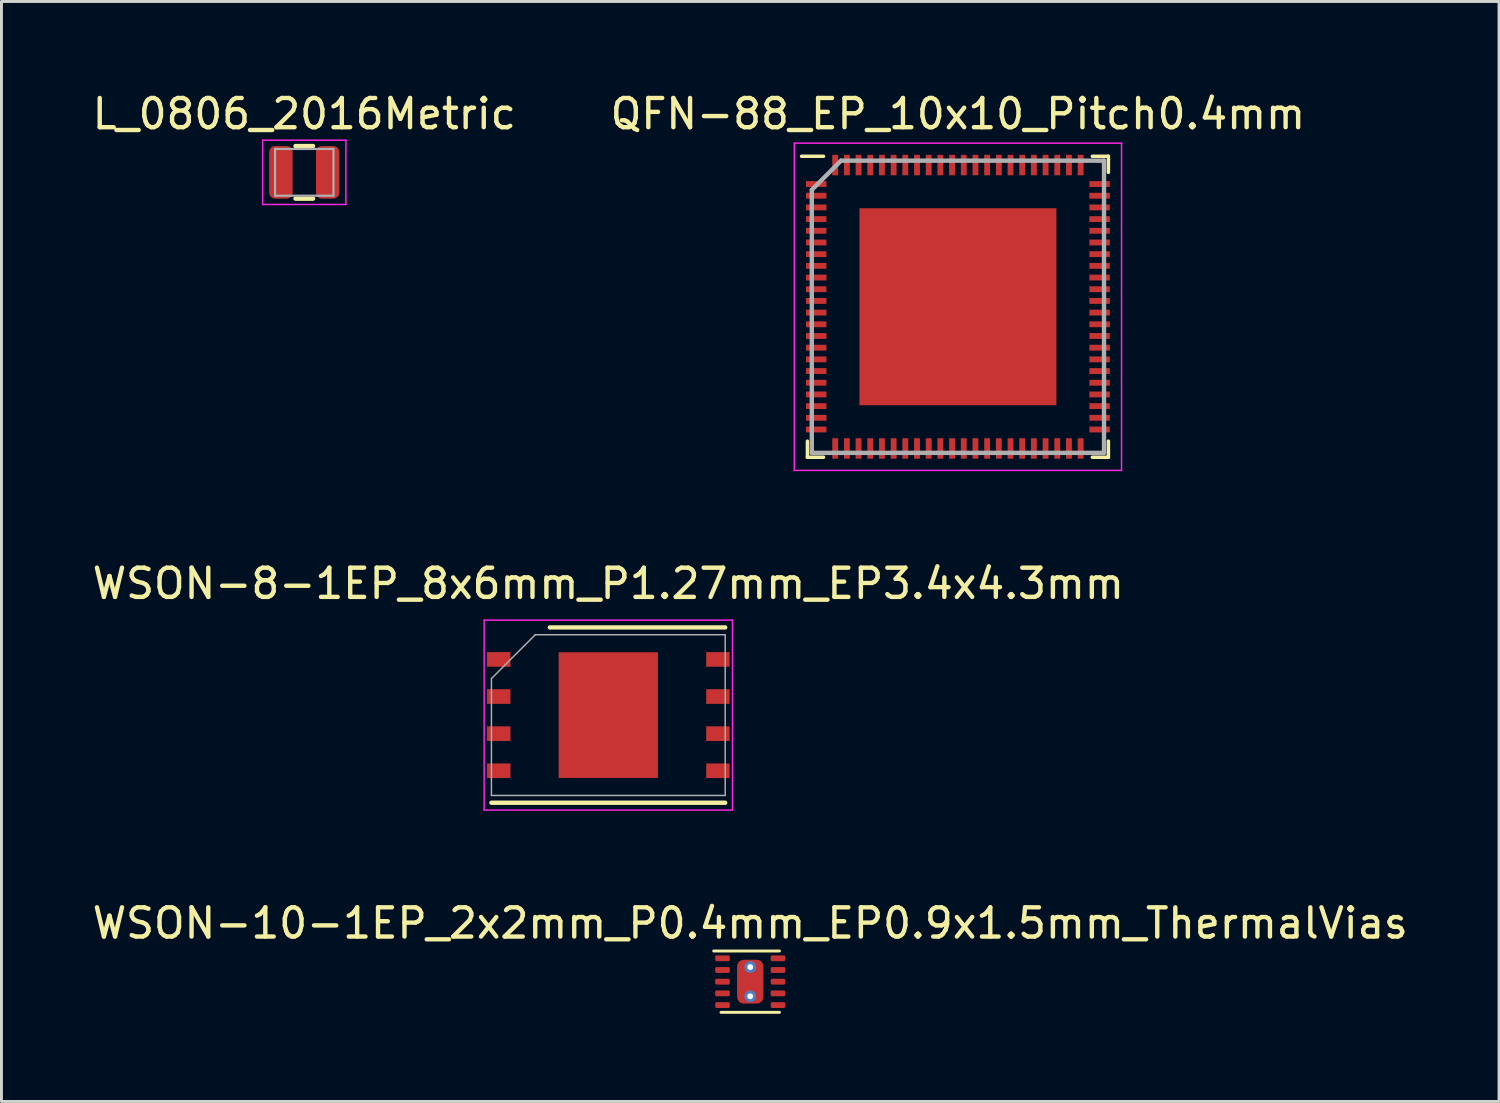
<source format=kicad_pcb>
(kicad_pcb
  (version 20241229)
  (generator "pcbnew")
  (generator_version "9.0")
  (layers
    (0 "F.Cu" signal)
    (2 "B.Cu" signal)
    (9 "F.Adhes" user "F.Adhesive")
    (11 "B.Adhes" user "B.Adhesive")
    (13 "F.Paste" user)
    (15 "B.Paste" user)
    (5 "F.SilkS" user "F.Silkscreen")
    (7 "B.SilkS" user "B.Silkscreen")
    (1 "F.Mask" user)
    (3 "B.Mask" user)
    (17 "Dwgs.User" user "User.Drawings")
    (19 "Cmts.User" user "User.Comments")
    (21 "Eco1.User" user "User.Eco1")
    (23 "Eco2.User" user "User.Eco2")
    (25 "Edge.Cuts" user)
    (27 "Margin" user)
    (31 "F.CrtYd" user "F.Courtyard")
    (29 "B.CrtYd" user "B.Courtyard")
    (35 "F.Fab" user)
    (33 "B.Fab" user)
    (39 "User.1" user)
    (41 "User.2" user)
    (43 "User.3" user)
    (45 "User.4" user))
  (footprint "QFN-88_EP_10x10_Pitch0.4mm"
    (layer "F.Cu")
    (at 29.732 7.448)
    (property "Reference" "QFN-88_EP_10x10_Pitch0.4mm" (at 0 -6.6 0) (layer "F.SilkS") (effects (font (size 1 1) (thickness 0.15))))
    (attr smd)
    (fp_line (start -5.15 5.15) (end -5.15 4.6) (stroke (width 0.12) (type solid)) (layer "F.SilkS"))
    (fp_line (start -4.6 -5.15) (end -5.35 -5.15) (stroke (width 0.12) (type solid)) (layer "F.SilkS"))
    (fp_line (start -4.6 5.15) (end -5.15 5.15) (stroke (width 0.12) (type solid)) (layer "F.SilkS"))
    (fp_line (start 4.6 -5.15) (end 5.15 -5.15) (stroke (width 0.12) (type solid)) (layer "F.SilkS"))
    (fp_line (start 4.6 5.15) (end 5.15 5.15) (stroke (width 0.12) (type solid)) (layer "F.SilkS"))
    (fp_line (start 5.15 -5.15) (end 5.15 -4.6) (stroke (width 0.12) (type solid)) (layer "F.SilkS"))
    (fp_line (start 5.15 5.15) (end 5.15 4.6) (stroke (width 0.12) (type solid)) (layer "F.SilkS"))
    (fp_line (start -5.6 -5.6) (end 5.6 -5.6) (stroke (width 0.05) (type solid)) (layer "F.CrtYd"))
    (fp_line (start -5.6 5.6) (end -5.6 -5.6) (stroke (width 0.05) (type solid)) (layer "F.CrtYd"))
    (fp_line (start 5.6 -5.6) (end 5.6 5.6) (stroke (width 0.05) (type solid)) (layer "F.CrtYd"))
    (fp_line (start 5.6 5.6) (end -5.6 5.6) (stroke (width 0.05) (type solid)) (layer "F.CrtYd"))
    (fp_line (start -5 -4) (end -5 5) (stroke (width 0.15) (type solid)) (layer "F.Fab"))
    (fp_line (start -5 5) (end 5 5) (stroke (width 0.15) (type solid)) (layer "F.Fab"))
    (fp_line (start -4 -5) (end -5 -4) (stroke (width 0.15) (type solid)) (layer "F.Fab"))
    (fp_line (start 5 -5) (end -4 -5) (stroke (width 0.15) (type solid)) (layer "F.Fab"))
    (fp_line (start 5 5) (end 5 -5) (stroke (width 0.15) (type solid)) (layer "F.Fab"))
    (pad "1" smd rect (at -4.85 -4.2 90) (size 0.2 0.7) (layers "F.Cu" "F.Mask" "F.Paste"))
    (pad "2" smd rect (at -4.85 -3.8 90) (size 0.2 0.7) (layers "F.Cu" "F.Mask" "F.Paste"))
    (pad "3" smd rect (at -4.85 -3.4 90) (size 0.2 0.7) (layers "F.Cu" "F.Mask" "F.Paste"))
    (pad "4" smd rect (at -4.85 -3 90) (size 0.2 0.7) (layers "F.Cu" "F.Mask" "F.Paste"))
    (pad "5" smd rect (at -4.85 -2.6 90) (size 0.2 0.7) (layers "F.Cu" "F.Mask" "F.Paste"))
    (pad "6" smd rect (at -4.85 -2.2 90) (size 0.2 0.7) (layers "F.Cu" "F.Mask" "F.Paste"))
    (pad "7" smd rect (at -4.85 -1.8 90) (size 0.2 0.7) (layers "F.Cu" "F.Mask" "F.Paste"))
    (pad "8" smd rect (at -4.85 -1.4 90) (size 0.2 0.7) (layers "F.Cu" "F.Mask" "F.Paste"))
    (pad "9" smd rect (at -4.85 -1 90) (size 0.2 0.7) (layers "F.Cu" "F.Mask" "F.Paste"))
    (pad "10" smd rect (at -4.85 -0.6 90) (size 0.2 0.7) (layers "F.Cu" "F.Mask" "F.Paste"))
    (pad "11" smd rect (at -4.85 -0.2 90) (size 0.2 0.7) (layers "F.Cu" "F.Mask" "F.Paste"))
    (pad "12" smd rect (at -4.85 0.2 90) (size 0.2 0.7) (layers "F.Cu" "F.Mask" "F.Paste"))
    (pad "13" smd rect (at -4.85 0.6 90) (size 0.2 0.7) (layers "F.Cu" "F.Mask" "F.Paste"))
    (pad "14" smd rect (at -4.85 1 90) (size 0.2 0.7) (layers "F.Cu" "F.Mask" "F.Paste"))
    (pad "15" smd rect (at -4.85 1.4 90) (size 0.2 0.7) (layers "F.Cu" "F.Mask" "F.Paste"))
    (pad "16" smd rect (at -4.85 1.8 90) (size 0.2 0.7) (layers "F.Cu" "F.Mask" "F.Paste"))
    (pad "17" smd rect (at -4.85 2.2 90) (size 0.2 0.7) (layers "F.Cu" "F.Mask" "F.Paste"))
    (pad "18" smd rect (at -4.85 2.6 90) (size 0.2 0.7) (layers "F.Cu" "F.Mask" "F.Paste"))
    (pad "19" smd rect (at -4.85 3 90) (size 0.2 0.7) (layers "F.Cu" "F.Mask" "F.Paste"))
    (pad "20" smd rect (at -4.85 3.4 90) (size 0.2 0.7) (layers "F.Cu" "F.Mask" "F.Paste"))
    (pad "21" smd rect (at -4.85 3.8 90) (size 0.2 0.7) (layers "F.Cu" "F.Mask" "F.Paste"))
    (pad "22" smd rect (at -4.85 4.2 90) (size 0.2 0.7) (layers "F.Cu" "F.Mask" "F.Paste"))
    (pad "23" smd rect (at -4.2 4.85) (size 0.2 0.7) (layers "F.Cu" "F.Mask" "F.Paste"))
    (pad "24" smd rect (at -3.8 4.85) (size 0.2 0.7) (layers "F.Cu" "F.Mask" "F.Paste"))
    (pad "25" smd rect (at -3.4 4.85) (size 0.2 0.7) (layers "F.Cu" "F.Mask" "F.Paste"))
    (pad "26" smd rect (at -3 4.85) (size 0.2 0.7) (layers "F.Cu" "F.Mask" "F.Paste"))
    (pad "27" smd rect (at -2.6 4.85) (size 0.2 0.7) (layers "F.Cu" "F.Mask" "F.Paste"))
    (pad "28" smd rect (at -2.2 4.85) (size 0.2 0.7) (layers "F.Cu" "F.Mask" "F.Paste"))
    (pad "29" smd rect (at -1.8 4.85) (size 0.2 0.7) (layers "F.Cu" "F.Mask" "F.Paste"))
    (pad "30" smd rect (at -1.4 4.85) (size 0.2 0.7) (layers "F.Cu" "F.Mask" "F.Paste"))
    (pad "31" smd rect (at -1 4.85) (size 0.2 0.7) (layers "F.Cu" "F.Mask" "F.Paste"))
    (pad "32" smd rect (at -0.6 4.85) (size 0.2 0.7) (layers "F.Cu" "F.Mask" "F.Paste"))
    (pad "33" smd rect (at -0.2 4.85) (size 0.2 0.7) (layers "F.Cu" "F.Mask" "F.Paste"))
    (pad "34" smd rect (at 0.2 4.85) (size 0.2 0.7) (layers "F.Cu" "F.Mask" "F.Paste"))
    (pad "35" smd rect (at 0.6 4.85) (size 0.2 0.7) (layers "F.Cu" "F.Mask" "F.Paste"))
    (pad "36" smd rect (at 1 4.85) (size 0.2 0.7) (layers "F.Cu" "F.Mask" "F.Paste"))
    (pad "37" smd rect (at 1.4 4.85) (size 0.2 0.7) (layers "F.Cu" "F.Mask" "F.Paste"))
    (pad "38" smd rect (at 1.8 4.85) (size 0.2 0.7) (layers "F.Cu" "F.Mask" "F.Paste"))
    (pad "39" smd rect (at 2.2 4.85) (size 0.2 0.7) (layers "F.Cu" "F.Mask" "F.Paste"))
    (pad "40" smd rect (at 2.6 4.85) (size 0.2 0.7) (layers "F.Cu" "F.Mask" "F.Paste"))
    (pad "41" smd rect (at 3 4.85) (size 0.2 0.7) (layers "F.Cu" "F.Mask" "F.Paste"))
    (pad "42" smd rect (at 3.4 4.85) (size 0.2 0.7) (layers "F.Cu" "F.Mask" "F.Paste"))
    (pad "43" smd rect (at 3.8 4.85) (size 0.2 0.7) (layers "F.Cu" "F.Mask" "F.Paste"))
    (pad "44" smd rect (at 4.2 4.85) (size 0.2 0.7) (layers "F.Cu" "F.Mask" "F.Paste"))
    (pad "45" smd rect (at 4.85 4.2 90) (size 0.2 0.7) (layers "F.Cu" "F.Mask" "F.Paste"))
    (pad "46" smd rect (at 4.85 3.8 90) (size 0.2 0.7) (layers "F.Cu" "F.Mask" "F.Paste"))
    (pad "47" smd rect (at 4.85 3.4 90) (size 0.2 0.7) (layers "F.Cu" "F.Mask" "F.Paste"))
    (pad "48" smd rect (at 4.85 3 90) (size 0.2 0.7) (layers "F.Cu" "F.Mask" "F.Paste"))
    (pad "49" smd rect (at 4.85 2.6 90) (size 0.2 0.7) (layers "F.Cu" "F.Mask" "F.Paste"))
    (pad "50" smd rect (at 4.85 2.2 90) (size 0.2 0.7) (layers "F.Cu" "F.Mask" "F.Paste"))
    (pad "51" smd rect (at 4.85 1.8 90) (size 0.2 0.7) (layers "F.Cu" "F.Mask" "F.Paste"))
    (pad "52" smd rect (at 4.85 1.4 90) (size 0.2 0.7) (layers "F.Cu" "F.Mask" "F.Paste"))
    (pad "53" smd rect (at 4.85 1 90) (size 0.2 0.7) (layers "F.Cu" "F.Mask" "F.Paste"))
    (pad "54" smd rect (at 4.85 0.6 90) (size 0.2 0.7) (layers "F.Cu" "F.Mask" "F.Paste"))
    (pad "55" smd rect (at 4.85 0.2 90) (size 0.2 0.7) (layers "F.Cu" "F.Mask" "F.Paste"))
    (pad "56" smd rect (at 4.85 -0.2 90) (size 0.2 0.7) (layers "F.Cu" "F.Mask" "F.Paste"))
    (pad "57" smd rect (at 4.85 -0.6 90) (size 0.2 0.7) (layers "F.Cu" "F.Mask" "F.Paste"))
    (pad "58" smd rect (at 4.85 -1 90) (size 0.2 0.7) (layers "F.Cu" "F.Mask" "F.Paste"))
    (pad "59" smd rect (at 4.85 -1.4 90) (size 0.2 0.7) (layers "F.Cu" "F.Mask" "F.Paste"))
    (pad "60" smd rect (at 4.85 -1.8 90) (size 0.2 0.7) (layers "F.Cu" "F.Mask" "F.Paste"))
    (pad "61" smd rect (at 4.85 -2.2 90) (size 0.2 0.7) (layers "F.Cu" "F.Mask" "F.Paste"))
    (pad "62" smd rect (at 4.85 -2.6 90) (size 0.2 0.7) (layers "F.Cu" "F.Mask" "F.Paste"))
    (pad "63" smd rect (at 4.85 -3 90) (size 0.2 0.7) (layers "F.Cu" "F.Mask" "F.Paste"))
    (pad "64" smd rect (at 4.85 -3.4 90) (size 0.2 0.7) (layers "F.Cu" "F.Mask" "F.Paste"))
    (pad "65" smd rect (at 4.85 -3.8 90) (size 0.2 0.7) (layers "F.Cu" "F.Mask" "F.Paste"))
    (pad "66" smd rect (at 4.85 -4.2 90) (size 0.2 0.7) (layers "F.Cu" "F.Mask" "F.Paste"))
    (pad "67" smd rect (at 4.2 -4.85) (size 0.2 0.7) (layers "F.Cu" "F.Mask" "F.Paste"))
    (pad "68" smd rect (at 3.8 -4.85) (size 0.2 0.7) (layers "F.Cu" "F.Mask" "F.Paste"))
    (pad "69" smd rect (at 3.4 -4.85) (size 0.2 0.7) (layers "F.Cu" "F.Mask" "F.Paste"))
    (pad "70" smd rect (at 3 -4.85) (size 0.2 0.7) (layers "F.Cu" "F.Mask" "F.Paste"))
    (pad "71" smd rect (at 2.6 -4.85) (size 0.2 0.7) (layers "F.Cu" "F.Mask" "F.Paste"))
    (pad "72" smd rect (at 2.2 -4.85) (size 0.2 0.7) (layers "F.Cu" "F.Mask" "F.Paste"))
    (pad "73" smd rect (at 1.8 -4.85) (size 0.2 0.7) (layers "F.Cu" "F.Mask" "F.Paste"))
    (pad "74" smd rect (at 1.4 -4.85) (size 0.2 0.7) (layers "F.Cu" "F.Mask" "F.Paste"))
    (pad "75" smd rect (at 1 -4.85) (size 0.2 0.7) (layers "F.Cu" "F.Mask" "F.Paste"))
    (pad "76" smd rect (at 0.6 -4.85) (size 0.2 0.7) (layers "F.Cu" "F.Mask" "F.Paste"))
    (pad "77" smd rect (at 0.2 -4.85) (size 0.2 0.7) (layers "F.Cu" "F.Mask" "F.Paste"))
    (pad "78" smd rect (at -0.2 -4.85) (size 0.2 0.7) (layers "F.Cu" "F.Mask" "F.Paste"))
    (pad "79" smd rect (at -0.6 -4.85) (size 0.2 0.7) (layers "F.Cu" "F.Mask" "F.Paste"))
    (pad "80" smd rect (at -1 -4.85) (size 0.2 0.7) (layers "F.Cu" "F.Mask" "F.Paste"))
    (pad "81" smd rect (at -1.4 -4.85) (size 0.2 0.7) (layers "F.Cu" "F.Mask" "F.Paste"))
    (pad "82" smd rect (at -1.8 -4.85) (size 0.2 0.7) (layers "F.Cu" "F.Mask" "F.Paste"))
    (pad "83" smd rect (at -2.2 -4.85) (size 0.2 0.7) (layers "F.Cu" "F.Mask" "F.Paste"))
    (pad "84" smd rect (at -2.6 -4.85) (size 0.2 0.7) (layers "F.Cu" "F.Mask" "F.Paste"))
    (pad "85" smd rect (at -3 -4.85) (size 0.2 0.7) (layers "F.Cu" "F.Mask" "F.Paste"))
    (pad "86" smd rect (at -3.4 -4.85) (size 0.2 0.7) (layers "F.Cu" "F.Mask" "F.Paste"))
    (pad "87" smd rect (at -3.8 -4.85) (size 0.2 0.7) (layers "F.Cu" "F.Mask" "F.Paste"))
    (pad "88" smd rect (at -4.2 -4.85) (size 0.2 0.7) (layers "F.Cu" "F.Mask" "F.Paste"))
    (pad "89" smd rect (at 0 0) (size 6.74 6.74) (layers "F.Cu" "F.Mask" "F.Paste")))
  (footprint "WSON-8-1EP_8x6mm_P1.27mm_EP3.4x4.3mm"
    (layer "F.Cu")
    (at 17.768 21.422)
    (property "Reference" "WSON-8-1EP_8x6mm_P1.27mm_EP3.4x4.3mm" (at 0 -4.5 0) (layer "F.SilkS") (effects (font (size 1 1) (thickness 0.15))))
    (attr through_hole)
    (fp_line (start -2 -3) (end 4 -3) (stroke (width 0.15) (type solid)) (layer "F.SilkS"))
    (fp_line (start 4 3) (end -4 3) (stroke (width 0.15) (type solid)) (layer "F.SilkS"))
    (fp_line (start -4.25 -3.25) (end 4.25 -3.25) (stroke (width 0.05) (type solid)) (layer "F.CrtYd"))
    (fp_line (start -4.25 3.25) (end -4.25 -3.25) (stroke (width 0.05) (type solid)) (layer "F.CrtYd"))
    (fp_line (start 4.25 -3.25) (end 4.25 3.25) (stroke (width 0.05) (type solid)) (layer "F.CrtYd"))
    (fp_line (start 4.25 3.25) (end -4.25 3.25) (stroke (width 0.05) (type solid)) (layer "F.CrtYd"))
    (fp_line (start -4 -1.25) (end -4 2.75) (stroke (width 0.05) (type solid)) (layer "F.Fab"))
    (fp_line (start -4 2.75) (end 4 2.75) (stroke (width 0.05) (type solid)) (layer "F.Fab"))
    (fp_line (start -2.5 -2.75) (end -4 -1.25) (stroke (width 0.05) (type solid)) (layer "F.Fab"))
    (fp_line (start 4 -2.75) (end -2.5 -2.75) (stroke (width 0.05) (type solid)) (layer "F.Fab"))
    (fp_line (start 4 2.75) (end 4 -2.75) (stroke (width 0.05) (type solid)) (layer "F.Fab"))
    (pad "1" smd rect (at -3.75 -1.905) (size 0.8 0.5) (layers "F.Cu" "F.Mask" "F.Paste"))
    (pad "2" smd rect (at -3.75 -0.635) (size 0.8 0.5) (layers "F.Cu" "F.Mask" "F.Paste"))
    (pad "3" smd rect (at -3.75 0.635) (size 0.8 0.5) (layers "F.Cu" "F.Mask" "F.Paste"))
    (pad "4" smd rect (at -3.75 1.905) (size 0.8 0.5) (layers "F.Cu" "F.Mask" "F.Paste"))
    (pad "5" smd rect (at 3.75 1.905) (size 0.8 0.5) (layers "F.Cu" "F.Mask" "F.Paste"))
    (pad "6" smd rect (at 3.75 0.635) (size 0.8 0.5) (layers "F.Cu" "F.Mask" "F.Paste"))
    (pad "7" smd rect (at 3.75 -0.635) (size 0.8 0.5) (layers "F.Cu" "F.Mask" "F.Paste"))
    (pad "8" smd rect (at 3.75 -1.905) (size 0.8 0.5) (layers "F.Cu" "F.Mask" "F.Paste"))
    (pad "9" smd rect (at 0 0) (size 3.4 4.3) (layers "F.Cu" "F.Mask" "F.Paste")))
  (footprint "L_0806_2016Metric"
    (layer "F.Cu")
    (at 7.363 2.848)
    (property "Reference" "L_0806_2016Metric" (at 0 -2 0) (layer "F.SilkS") (effects (font (size 1 1) (thickness 0.15))))
    (attr through_hole)
    (fp_line (start -0.3 -0.9) (end 0.3 -0.9) (stroke (width 0.15) (type solid)) (layer "F.SilkS"))
    (fp_line (start 0.3 0.9) (end -0.3 0.9) (stroke (width 0.15) (type solid)) (layer "F.SilkS"))
    (fp_line (start -1.425 -1.1) (end 1.425 -1.1) (stroke (width 0.05) (type solid)) (layer "F.CrtYd"))
    (fp_line (start -1.425 1.1) (end -1.425 -1.1) (stroke (width 0.05) (type solid)) (layer "F.CrtYd"))
    (fp_line (start 1.425 -1.1) (end 1.425 1.1) (stroke (width 0.05) (type solid)) (layer "F.CrtYd"))
    (fp_line (start 1.425 1.1) (end -1.425 1.1) (stroke (width 0.05) (type solid)) (layer "F.CrtYd"))
    (fp_line (start -1 -0.8) (end -1 0.8) (stroke (width 0.075) (type solid)) (layer "F.Fab"))
    (fp_line (start -1 0.8) (end 1 0.8) (stroke (width 0.075) (type solid)) (layer "F.Fab"))
    (fp_line (start 1 -0.8) (end -1 -0.8) (stroke (width 0.075) (type solid)) (layer "F.Fab"))
    (fp_line (start 1 0.8) (end 1 -0.8) (stroke (width 0.075) (type solid)) (layer "F.Fab"))
    (pad "1" smd roundrect (at -0.8 0) (size 0.8 1.8) (layers "F.Cu" "F.Mask" "F.Paste") (roundrect_rratio 0.25))
    (pad "2" smd roundrect (at 0.8 0) (size 0.8 1.8) (layers "F.Cu" "F.Mask" "F.Paste") (roundrect_rratio 0.25)))
  (footprint "WSON-10-1EP_2x2mm_P0.4mm_EP0.9x1.5mm_ThermalVias"
    (layer "F.Cu")
    (at 22.625 30.545)
    (property "Reference" "WSON-10-1EP_2x2mm_P0.4mm_EP0.9x1.5mm_ThermalVias" (at 0 -2 0) (layer "F.SilkS") (effects (font (size 1 1) (thickness 0.15))))
    (attr through_hole)
    (fp_line (start -1.25 -1.05) (end 1 -1.05) (stroke (width 0.1) (type solid)) (layer "F.SilkS"))
    (fp_line (start 1 1.05) (end -1 1.05) (stroke (width 0.1) (type solid)) (layer "F.SilkS"))
    (pad "1" smd roundrect (at -0.95 -0.8) (size 0.5 0.2) (layers "F.Cu" "F.Mask" "F.Paste") (roundrect_rratio 0.25))
    (pad "2" smd roundrect (at -0.95 -0.4) (size 0.5 0.2) (layers "F.Cu" "F.Mask" "F.Paste") (roundrect_rratio 0.25))
    (pad "3" smd roundrect (at -0.95 0) (size 0.5 0.2) (layers "F.Cu" "F.Mask" "F.Paste") (roundrect_rratio 0.25))
    (pad "4" smd roundrect (at -0.95 0.4) (size 0.5 0.2) (layers "F.Cu" "F.Mask" "F.Paste") (roundrect_rratio 0.25))
    (pad "5" smd roundrect (at -0.95 0.8) (size 0.5 0.2) (layers "F.Cu" "F.Mask" "F.Paste") (roundrect_rratio 0.25))
    (pad "6" smd roundrect (at 0.95 0.8) (size 0.5 0.2) (layers "F.Cu" "F.Mask" "F.Paste") (roundrect_rratio 0.25))
    (pad "7" smd roundrect (at 0.95 0.4) (size 0.5 0.2) (layers "F.Cu" "F.Mask" "F.Paste") (roundrect_rratio 0.25))
    (pad "8" smd roundrect (at 0.95 0) (size 0.5 0.2) (layers "F.Cu" "F.Mask" "F.Paste") (roundrect_rratio 0.25))
    (pad "9" smd roundrect (at 0.95 -0.4) (size 0.5 0.2) (layers "F.Cu" "F.Mask" "F.Paste") (roundrect_rratio 0.25))
    (pad "10" smd roundrect (at 0.95 -0.8) (size 0.5 0.2) (layers "F.Cu" "F.Mask" "F.Paste") (roundrect_rratio 0.25))
    (pad "11" thru_hole circle (at 0 -0.5) (size 0.4 0.4) (drill 0.2) (layers "*.Cu" "*.Mask"))
    (pad "11" smd roundrect (at 0 0) (size 0.9 1.5) (layers "F.Cu" "F.Mask" "F.Paste") (roundrect_rratio 0.25))
    (pad "11" thru_hole circle (at 0 0.5) (size 0.4 0.4) (drill 0.2) (layers "*.Cu" "*.Mask")))
  (gr_rect
    (start -3 -3)
    (end 48.25 34.645)
    (stroke (width 0.1) (type default))
    (fill no)
    (layer "Edge.Cuts")))
</source>
